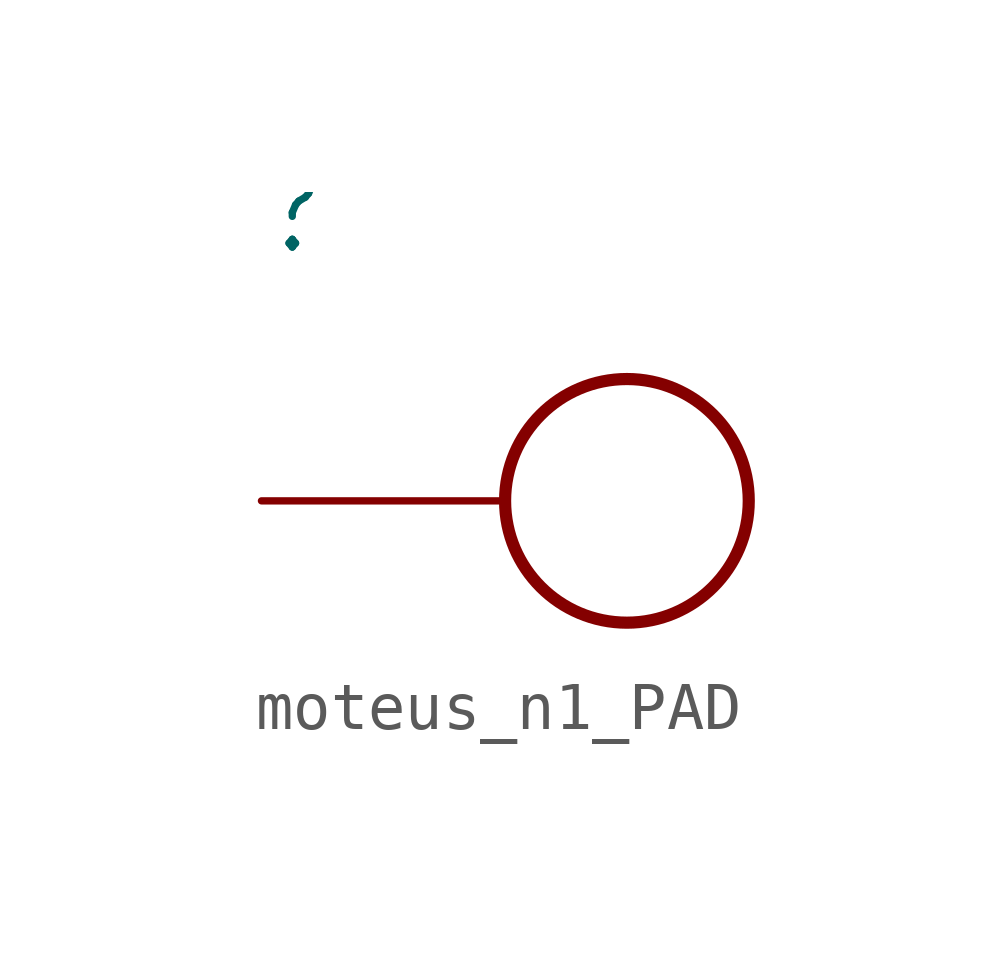
<source format=kicad_sym>
(kicad_symbol_lib
  (version 20241209)
  (generator "kicad_symbol_editor")
  (generator_version "9.0")
  (symbol "moteus_n1_PAD"
    (property "Reference" ""
      (at -7.62 5.08 0)
      (effects (font (size 1.676 1.425)) (justify left bottom)))
    (property "ki_locked" ""
      (at 0 0 0)
      (effects (font (size 1.27 1.27))))
    (symbol "moteus_n1_PAD_1_0"
      (circle (center 0 0) (radius 2.54) (stroke (width 0.254) (type solid)) (fill (type none)))
      (pin bidirectional line (at -7.62 0 0) (length 5.08) (name "P$1" (effects (font (size 0 0)))) (number "1" (effects (font (size 0 0))))))))
</source>
